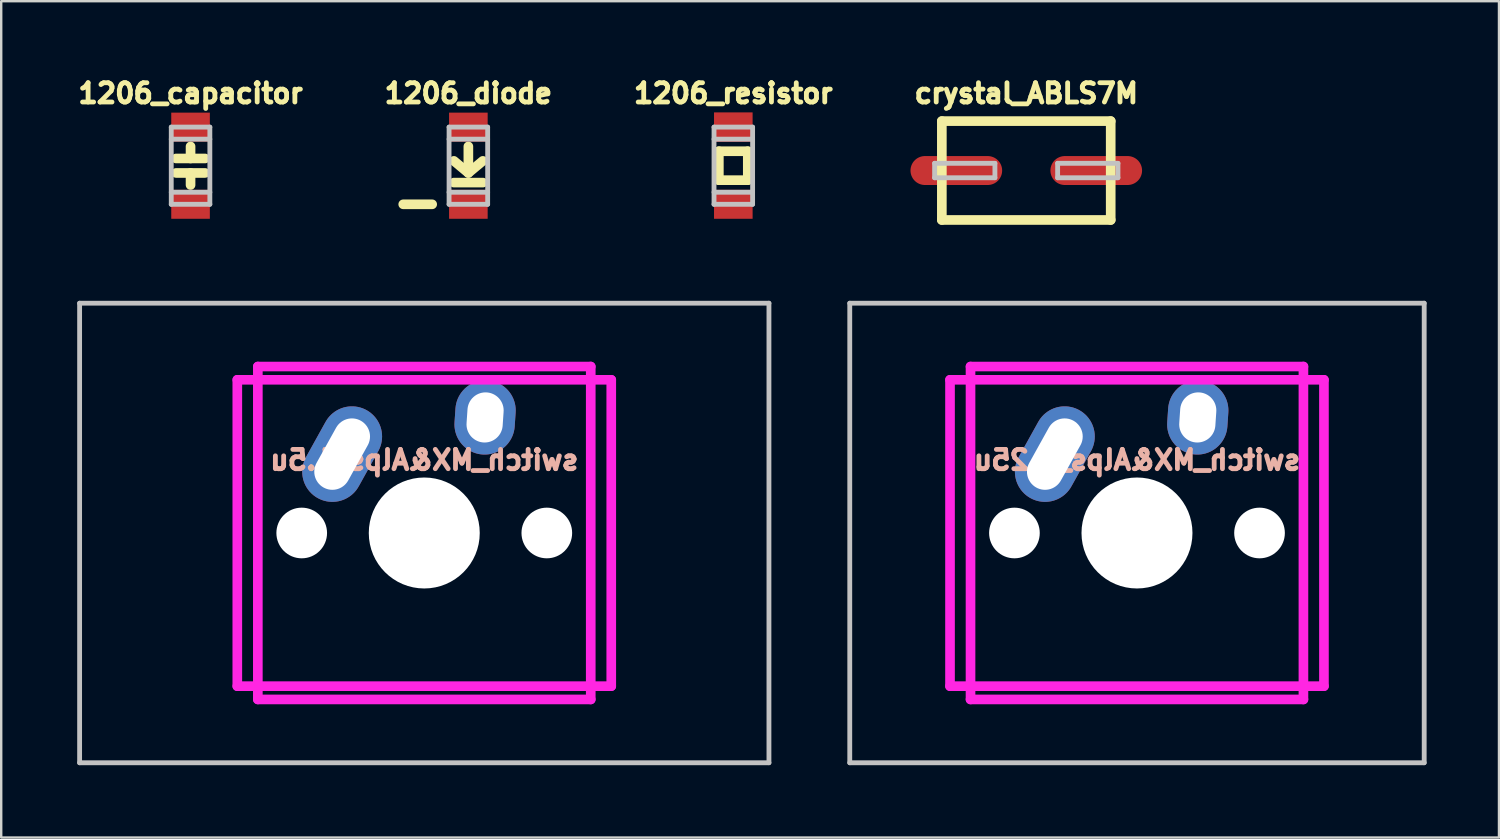
<source format=kicad_pcb>
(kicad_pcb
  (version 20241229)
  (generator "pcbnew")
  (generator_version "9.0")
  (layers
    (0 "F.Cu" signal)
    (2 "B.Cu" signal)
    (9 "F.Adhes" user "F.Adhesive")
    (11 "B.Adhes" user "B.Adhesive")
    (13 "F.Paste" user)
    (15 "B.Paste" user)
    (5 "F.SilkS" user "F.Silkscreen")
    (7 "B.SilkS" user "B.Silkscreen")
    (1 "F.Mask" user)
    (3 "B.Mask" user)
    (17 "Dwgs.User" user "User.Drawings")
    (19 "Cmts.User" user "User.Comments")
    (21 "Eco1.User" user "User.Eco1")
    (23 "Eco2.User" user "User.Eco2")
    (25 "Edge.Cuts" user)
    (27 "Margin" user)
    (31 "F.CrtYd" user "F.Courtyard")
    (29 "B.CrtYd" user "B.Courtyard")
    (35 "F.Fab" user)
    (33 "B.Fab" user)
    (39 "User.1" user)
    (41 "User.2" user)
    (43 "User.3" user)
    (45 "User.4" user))
  (footprint "switch_MX&Alps_1.25u"
    (layer "F.Cu")
    (at 32.175 9.519)
    (property "Reference" "switch_MX&Alps_1.25u" (at 11.906 6.5 0) (layer "B.SilkS") (effects (font (size 0.8 0.8) (thickness 0.2)) (justify mirror)))
    (attr through_hole)
    (fp_line (start 0 0) (end 23.812 0) (stroke (width 0.2) (type solid)) (layer "Dwgs.User"))
    (fp_line (start 0 19.05) (end 0 0) (stroke (width 0.2) (type solid)) (layer "Dwgs.User"))
    (fp_line (start 23.812 0) (end 23.812 19.05) (stroke (width 0.2) (type solid)) (layer "Dwgs.User"))
    (fp_line (start 23.812 19.05) (end 0 19.05) (stroke (width 0.2) (type solid)) (layer "Dwgs.User"))
    (fp_line (start 4.156 3.175) (end 4.156 15.875) (stroke (width 0.4) (type solid)) (layer "F.CrtYd"))
    (fp_line (start 4.156 3.175) (end 19.656 3.175) (stroke (width 0.4) (type solid)) (layer "F.CrtYd"))
    (fp_line (start 4.156 15.875) (end 19.656 15.875) (stroke (width 0.4) (type solid)) (layer "F.CrtYd"))
    (fp_line (start 5.006 2.625) (end 5.006 16.425) (stroke (width 0.4) (type solid)) (layer "F.CrtYd"))
    (fp_line (start 5.006 2.625) (end 18.806 2.625) (stroke (width 0.4) (type solid)) (layer "F.CrtYd"))
    (fp_line (start 5.006 16.425) (end 18.806 16.425) (stroke (width 0.4) (type solid)) (layer "F.CrtYd"))
    (fp_line (start 18.806 2.625) (end 18.806 16.425) (stroke (width 0.4) (type solid)) (layer "F.CrtYd"))
    (fp_line (start 19.656 3.175) (end 19.656 15.875) (stroke (width 0.4) (type solid)) (layer "F.CrtYd"))
    (pad "" np_thru_hole circle (at 6.826 9.525) (size 2.1 2.1) (drill 2.1) (layers "*.Cu" "*.Mask"))
    (pad "" np_thru_hole circle (at 11.906 9.525) (size 4.6 4.6) (drill 4.6) (layers "*.Cu" "*.Mask"))
    (pad "" np_thru_hole circle (at 16.986 9.525) (size 2.1 2.1) (drill 2.1) (layers "*.Cu" "*.Mask"))
    (pad "1" thru_hole oval (at 8.501 6.255 330.95) (size 2.5 4.17) (drill oval 1.5 3.17) (layers "*.Cu" "*.Mask"))
    (pad "2" thru_hole oval (at 14.426 4.735 356.1) (size 2.5 3.08) (drill oval 1.5 2.08) (layers "*.Cu" "*.Mask")))
  (footprint "switch_MX&Alps_1.5u"
    (layer "F.Cu")
    (at 0.25 9.519)
    (property "Reference" "switch_MX&Alps_1.5u" (at 14.287 6.5 0) (layer "B.SilkS") (effects (font (size 0.8 0.8) (thickness 0.2)) (justify mirror)))
    (attr through_hole)
    (fp_line (start 0 0) (end 28.575 0) (stroke (width 0.2) (type solid)) (layer "Dwgs.User"))
    (fp_line (start 0 19.05) (end 0 0) (stroke (width 0.2) (type solid)) (layer "Dwgs.User"))
    (fp_line (start 28.575 0) (end 28.575 19.05) (stroke (width 0.2) (type solid)) (layer "Dwgs.User"))
    (fp_line (start 28.575 19.05) (end 0 19.05) (stroke (width 0.2) (type solid)) (layer "Dwgs.User"))
    (fp_line (start 6.537 3.175) (end 6.537 15.875) (stroke (width 0.4) (type solid)) (layer "F.CrtYd"))
    (fp_line (start 6.537 3.175) (end 22.038 3.175) (stroke (width 0.4) (type solid)) (layer "F.CrtYd"))
    (fp_line (start 6.537 15.875) (end 22.038 15.875) (stroke (width 0.4) (type solid)) (layer "F.CrtYd"))
    (fp_line (start 7.388 2.625) (end 7.388 16.425) (stroke (width 0.4) (type solid)) (layer "F.CrtYd"))
    (fp_line (start 7.388 2.625) (end 21.188 2.625) (stroke (width 0.4) (type solid)) (layer "F.CrtYd"))
    (fp_line (start 7.388 16.425) (end 21.188 16.425) (stroke (width 0.4) (type solid)) (layer "F.CrtYd"))
    (fp_line (start 21.188 2.625) (end 21.188 16.425) (stroke (width 0.4) (type solid)) (layer "F.CrtYd"))
    (fp_line (start 22.038 3.175) (end 22.038 15.875) (stroke (width 0.4) (type solid)) (layer "F.CrtYd"))
    (pad "" np_thru_hole circle (at 9.207 9.525) (size 2.1 2.1) (drill 2.1) (layers "*.Cu" "*.Mask"))
    (pad "" np_thru_hole circle (at 14.287 9.525) (size 4.6 4.6) (drill 4.6) (layers "*.Cu" "*.Mask"))
    (pad "" np_thru_hole circle (at 19.367 9.525) (size 2.1 2.1) (drill 2.1) (layers "*.Cu" "*.Mask"))
    (pad "1" thru_hole oval (at 10.883 6.255 330.95) (size 2.5 4.17) (drill oval 1.5 3.17) (layers "*.Cu" "*.Mask"))
    (pad "2" thru_hole oval (at 16.808 4.735 356.1) (size 2.5 3.08) (drill oval 1.5 2.08) (layers "*.Cu" "*.Mask")))
  (footprint "crystal_ABLS7M"
    (layer "F.Cu")
    (at 39.492 4.019)
    (property "Reference" "crystal_ABLS7M" (at 0 -3.2 0) (layer "F.SilkS") (effects (font (size 0.8 0.8) (thickness 0.2))))
    (attr through_hole)
    (fp_line (start -3.5 -2.05) (end -3.5 2.05) (stroke (width 0.4) (type solid)) (layer "F.SilkS"))
    (fp_line (start -3.5 -2.05) (end 3.5 -2.05) (stroke (width 0.4) (type solid)) (layer "F.SilkS"))
    (fp_line (start -3.5 2.05) (end 3.5 2.05) (stroke (width 0.4) (type solid)) (layer "F.SilkS"))
    (fp_line (start 3.5 -2.05) (end 3.5 2.05) (stroke (width 0.4) (type solid)) (layer "F.SilkS"))
    (fp_line (start -3.8 -0.3) (end -3.8 0.3) (stroke (width 0.2) (type solid)) (layer "Dwgs.User"))
    (fp_line (start -3.8 0.3) (end -1.3 0.3) (stroke (width 0.2) (type solid)) (layer "Dwgs.User"))
    (fp_line (start -1.3 -0.3) (end -3.8 -0.3) (stroke (width 0.2) (type solid)) (layer "Dwgs.User"))
    (fp_line (start -1.3 0.3) (end -1.3 -0.3) (stroke (width 0.2) (type solid)) (layer "Dwgs.User"))
    (fp_line (start 1.3 -0.3) (end 1.3 0.3) (stroke (width 0.2) (type solid)) (layer "Dwgs.User"))
    (fp_line (start 1.3 0.3) (end 3.8 0.3) (stroke (width 0.2) (type solid)) (layer "Dwgs.User"))
    (fp_line (start 3.8 -0.3) (end 1.3 -0.3) (stroke (width 0.2) (type solid)) (layer "Dwgs.User"))
    (fp_line (start 3.8 0.3) (end 3.8 -0.3) (stroke (width 0.2) (type solid)) (layer "Dwgs.User"))
    (pad "1" smd oval (at -2.9 0) (size 3.8 1.2) (layers "F.Cu" "F.Mask" "F.Paste"))
    (pad "2" smd oval (at 2.9 0) (size 3.8 1.2) (layers "F.Cu" "F.Mask" "F.Paste")))
  (footprint "1206_capacitor"
    (layer "F.Cu")
    (at 4.849 3.819)
    (property "Reference" "1206_capacitor" (at 0 -3 0) (layer "F.SilkS") (effects (font (size 0.8 0.8) (thickness 0.2))))
    (attr smd)
    (fp_line (start 0 -0.8) (end 0 -0.3) (stroke (width 0.4) (type solid)) (layer "F.SilkS"))
    (fp_line (start 0 0.8) (end 0 0.3) (stroke (width 0.4) (type solid)) (layer "F.SilkS"))
    (fp_line (start 0.6 -0.3) (end -0.6 -0.3) (stroke (width 0.4) (type solid)) (layer "F.SilkS"))
    (fp_line (start 0.6 0.3) (end -0.6 0.3) (stroke (width 0.4) (type solid)) (layer "F.SilkS"))
    (fp_line (start -0.8 -1.6) (end -0.8 1.6) (stroke (width 0.2) (type solid)) (layer "Dwgs.User"))
    (fp_line (start 0.8 -1.6) (end -0.8 -1.6) (stroke (width 0.2) (type solid)) (layer "Dwgs.User"))
    (fp_line (start 0.8 -1.6) (end 0.8 1.6) (stroke (width 0.2) (type solid)) (layer "Dwgs.User"))
    (fp_line (start 0.8 -1.1) (end -0.8 -1.1) (stroke (width 0.2) (type solid)) (layer "Dwgs.User"))
    (fp_line (start 0.8 1.1) (end -0.8 1.1) (stroke (width 0.2) (type solid)) (layer "Dwgs.User"))
    (fp_line (start 0.8 1.6) (end -0.8 1.6) (stroke (width 0.2) (type solid)) (layer "Dwgs.User"))
    (pad "1" smd rect (at 0 -1.6 270) (size 1.2 1.6) (layers "F.Cu" "F.Mask" "F.Paste"))
    (pad "2" smd rect (at 0 1.6 270) (size 1.2 1.6) (layers "F.Cu" "F.Mask" "F.Paste")))
  (footprint "1206_resistor"
    (layer "F.Cu")
    (at 27.348 3.819)
    (property "Reference" "1206_resistor" (at 0 -3 0) (layer "F.SilkS") (effects (font (size 0.8 0.8) (thickness 0.2))))
    (attr smd)
    (fp_line (start -0.6 -0.6) (end -0.6 0.6) (stroke (width 0.4) (type solid)) (layer "F.SilkS"))
    (fp_line (start 0.6 -0.6) (end -0.6 -0.6) (stroke (width 0.4) (type solid)) (layer "F.SilkS"))
    (fp_line (start 0.6 -0.6) (end 0.6 0.6) (stroke (width 0.4) (type solid)) (layer "F.SilkS"))
    (fp_line (start 0.6 0.6) (end -0.6 0.6) (stroke (width 0.4) (type solid)) (layer "F.SilkS"))
    (fp_line (start -0.8 -1.6) (end -0.8 1.6) (stroke (width 0.2) (type solid)) (layer "Dwgs.User"))
    (fp_line (start -0.8 -1.6) (end 0.8 -1.6) (stroke (width 0.2) (type solid)) (layer "Dwgs.User"))
    (fp_line (start -0.8 -1.1) (end 0.8 -1.1) (stroke (width 0.2) (type solid)) (layer "Dwgs.User"))
    (fp_line (start -0.8 1.1) (end 0.8 1.1) (stroke (width 0.2) (type solid)) (layer "Dwgs.User"))
    (fp_line (start -0.8 1.6) (end 0.8 1.6) (stroke (width 0.2) (type solid)) (layer "Dwgs.User"))
    (fp_line (start 0.8 -1.6) (end 0.8 1.6) (stroke (width 0.2) (type solid)) (layer "Dwgs.User"))
    (pad "1" smd rect (at 0 -1.6 270) (size 1.22 1.6) (layers "F.Cu" "F.Mask" "F.Paste"))
    (pad "2" smd rect (at 0 1.6 270) (size 1.2 1.6) (layers "F.Cu" "F.Mask" "F.Paste")))
  (footprint "1206_diode"
    (layer "F.Cu")
    (at 16.365 3.819)
    (property "Reference" "1206_diode" (at 0 -3 0) (layer "F.SilkS") (effects (font (size 0.8 0.8) (thickness 0.2))))
    (attr smd)
    (fp_line (start -2.7 1.6) (end -1.5 1.6) (stroke (width 0.4) (type solid)) (layer "F.SilkS"))
    (fp_line (start -0.6 -0.2) (end 0 0.3) (stroke (width 0.4) (type solid)) (layer "F.SilkS"))
    (fp_line (start -0.6 0.7) (end 0.6 0.7) (stroke (width 0.4) (type solid)) (layer "F.SilkS"))
    (fp_line (start 0 -0.8) (end 0 0.2) (stroke (width 0.4) (type solid)) (layer "F.SilkS"))
    (fp_line (start 0 0.3) (end 0.6 -0.2) (stroke (width 0.4) (type solid)) (layer "F.SilkS"))
    (fp_line (start -0.8 -1.6) (end 0.8 -1.6) (stroke (width 0.2) (type solid)) (layer "Dwgs.User"))
    (fp_line (start -0.8 -1.1) (end 0.8 -1.1) (stroke (width 0.2) (type solid)) (layer "Dwgs.User"))
    (fp_line (start -0.8 1.1) (end 0.8 1.1) (stroke (width 0.2) (type solid)) (layer "Dwgs.User"))
    (fp_line (start -0.8 1.6) (end -0.8 -1.6) (stroke (width 0.2) (type solid)) (layer "Dwgs.User"))
    (fp_line (start -0.8 1.6) (end 0.8 1.6) (stroke (width 0.2) (type solid)) (layer "Dwgs.User"))
    (fp_line (start 0.8 1.6) (end 0.8 -1.6) (stroke (width 0.2) (type solid)) (layer "Dwgs.User"))
    (pad "1" smd rect (at 0 -1.6 90) (size 1.2 1.6) (layers "F.Cu" "F.Mask" "F.Paste"))
    (pad "2" smd rect (at 0 1.6 90) (size 1.2 1.6) (layers "F.Cu" "F.Mask" "F.Paste")))
  (gr_rect
    (start -3 -3)
    (end 59.087 31.669)
    (stroke (width 0.1) (type default))
    (fill no)
    (layer "Edge.Cuts")))
</source>
